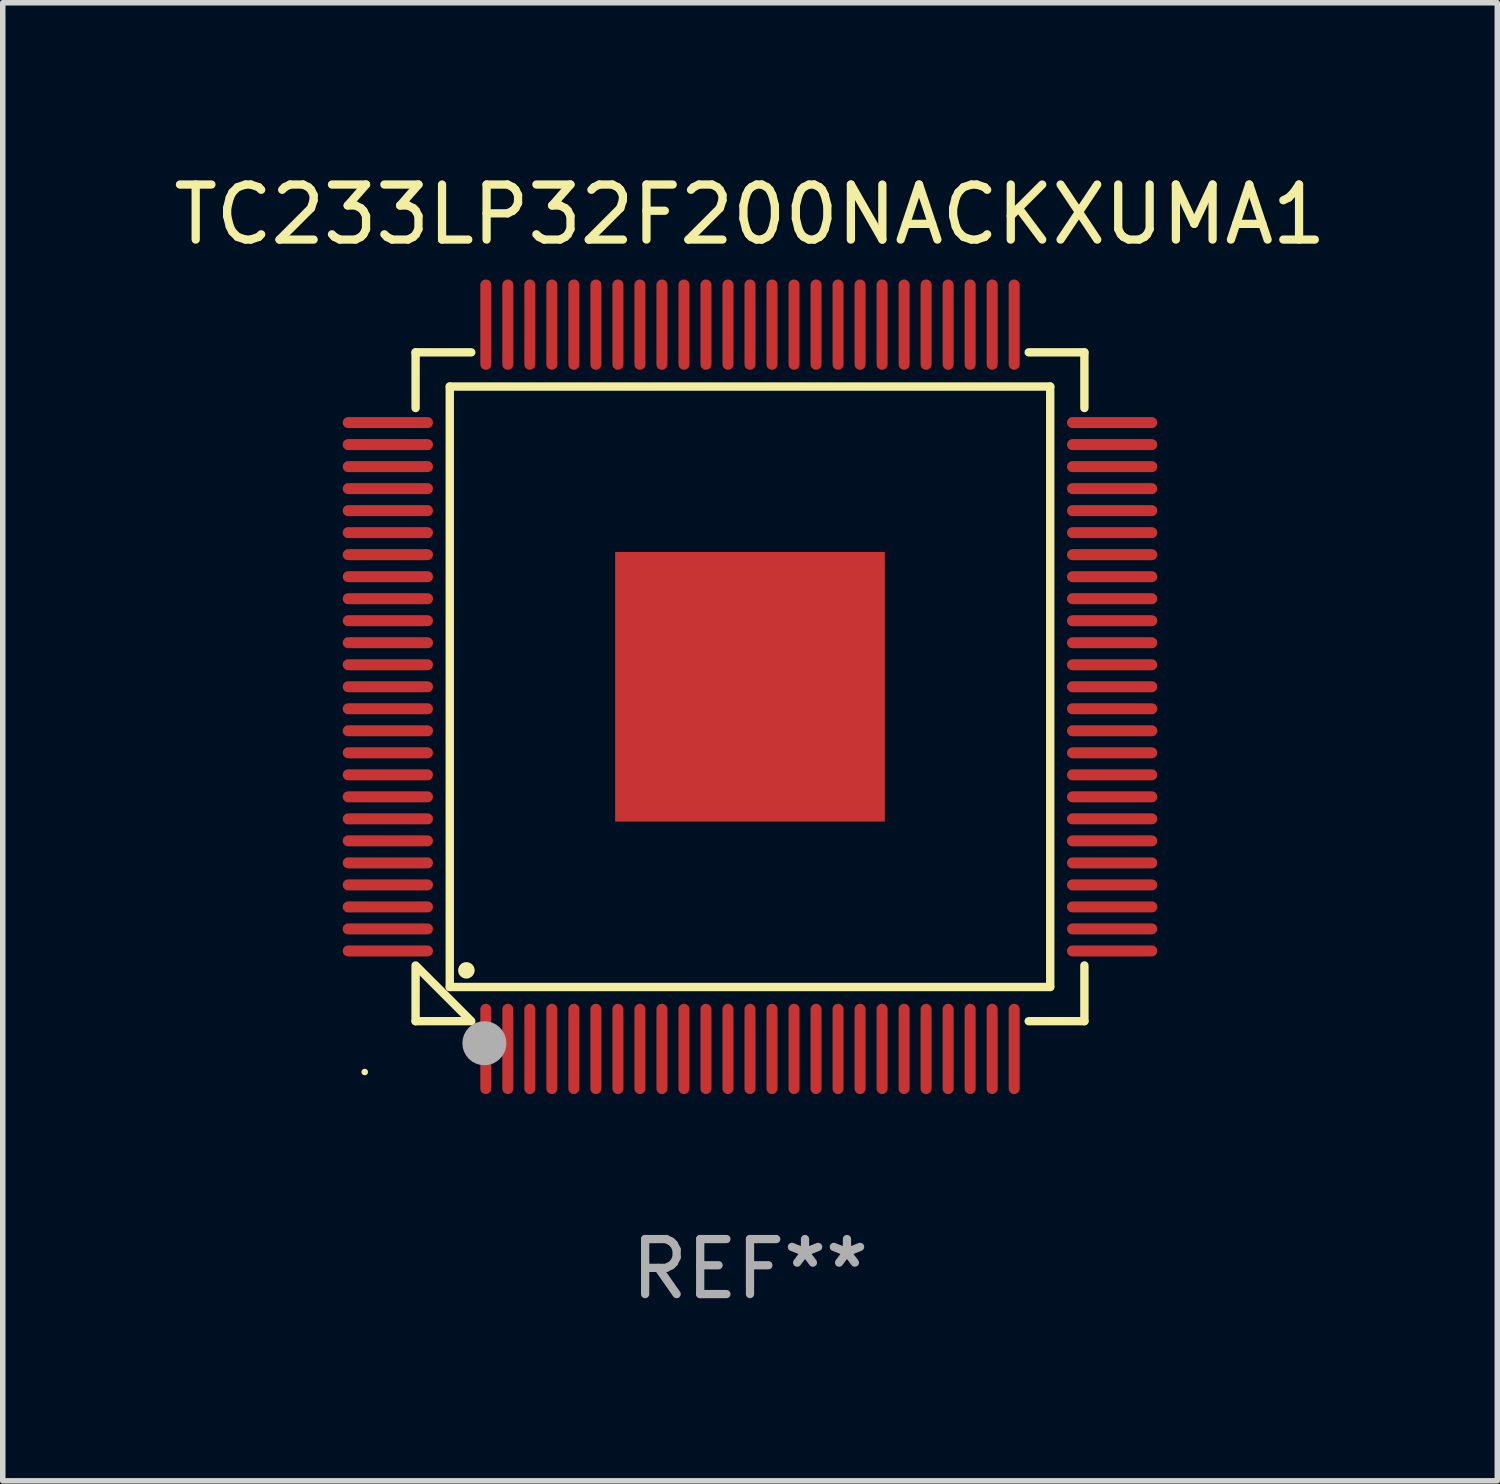
<source format=kicad_pcb>
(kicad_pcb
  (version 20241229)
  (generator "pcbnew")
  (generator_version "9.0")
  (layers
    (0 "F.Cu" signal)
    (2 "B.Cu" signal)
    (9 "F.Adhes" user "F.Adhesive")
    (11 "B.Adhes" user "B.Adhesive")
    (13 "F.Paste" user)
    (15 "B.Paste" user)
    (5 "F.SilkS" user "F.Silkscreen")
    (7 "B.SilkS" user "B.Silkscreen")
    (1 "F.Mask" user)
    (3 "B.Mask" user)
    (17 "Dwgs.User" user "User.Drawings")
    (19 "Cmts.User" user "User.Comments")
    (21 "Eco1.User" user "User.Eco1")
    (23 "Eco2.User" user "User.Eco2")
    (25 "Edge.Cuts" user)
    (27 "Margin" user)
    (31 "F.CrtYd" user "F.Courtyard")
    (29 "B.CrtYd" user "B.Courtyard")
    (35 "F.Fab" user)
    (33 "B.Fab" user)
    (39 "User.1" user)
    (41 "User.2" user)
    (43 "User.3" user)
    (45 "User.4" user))
  (footprint "TC233LP32F200NACKXUMA1"
    (layer "F.Cu")
    (at 10.577 9.428)
    (property "Reference" "TC233LP32F200NACKXUMA1" (at 0 -8.58 0) (layer "F.SilkS") (effects (font (size 1 1) (thickness 0.15))))
    (attr through_hole)
    (fp_line (start -6.076 -6.076) (end -6.076 -5.064) (stroke (width 0.152) (type solid)) (layer "F.SilkS"))
    (fp_line (start -6.076 6.076) (end -6.076 5.064) (stroke (width 0.152) (type solid)) (layer "F.SilkS"))
    (fp_line (start -6.049 5.091) (end -5.091 6.049) (stroke (width 0.152) (type solid)) (layer "F.SilkS"))
    (fp_line (start -5.455 -5.455) (end 5.455 -5.455) (stroke (width 0.152) (type solid)) (layer "F.SilkS"))
    (fp_line (start -5.455 5.455) (end -5.455 -5.455) (stroke (width 0.152) (type solid)) (layer "F.SilkS"))
    (fp_line (start -5.064 -6.076) (end -6.076 -6.076) (stroke (width 0.152) (type solid)) (layer "F.SilkS"))
    (fp_line (start -5.064 6.076) (end -6.076 6.076) (stroke (width 0.152) (type solid)) (layer "F.SilkS"))
    (fp_line (start 5.064 -6.076) (end 6.076 -6.076) (stroke (width 0.152) (type solid)) (layer "F.SilkS"))
    (fp_line (start 5.064 6.076) (end 6.076 6.076) (stroke (width 0.152) (type solid)) (layer "F.SilkS"))
    (fp_line (start 5.455 -5.455) (end 5.455 5.455) (stroke (width 0.152) (type solid)) (layer "F.SilkS"))
    (fp_line (start 5.455 5.455) (end -5.455 5.455) (stroke (width 0.152) (type solid)) (layer "F.SilkS"))
    (fp_line (start 6.076 -6.076) (end 6.076 -5.064) (stroke (width 0.152) (type solid)) (layer "F.SilkS"))
    (fp_line (start 6.076 6.076) (end 6.076 5.064) (stroke (width 0.152) (type solid)) (layer "F.SilkS"))
    (fp_circle (center -7 7) (end -6.97 7) (stroke (width 0.06) (type solid)) (fill no) (layer "F.SilkS"))
    (fp_circle (center -5.153 5.153) (end -5.078 5.153) (stroke (width 0.15) (type solid)) (fill no) (layer "F.SilkS"))
    (fp_circle (center -4.826 6.477) (end -4.626 6.477) (stroke (width 0.4) (type solid)) (fill no) (layer "F.Fab"))
    (fp_text user "REF**" (at 0 10.58 0) (layer "F.Fab") (effects (font (size 1 1) (thickness 0.15))))
    (pad "1" smd oval (at -4.8 6.58) (size 0.2 1.64) (layers "F.Cu" "F.Mask" "F.Paste"))
    (pad "2" smd oval (at -4.4 6.58) (size 0.2 1.64) (layers "F.Cu" "F.Mask" "F.Paste"))
    (pad "3" smd oval (at -4 6.58) (size 0.2 1.64) (layers "F.Cu" "F.Mask" "F.Paste"))
    (pad "4" smd oval (at -3.6 6.58) (size 0.2 1.64) (layers "F.Cu" "F.Mask" "F.Paste"))
    (pad "5" smd oval (at -3.2 6.58) (size 0.2 1.64) (layers "F.Cu" "F.Mask" "F.Paste"))
    (pad "6" smd oval (at -2.8 6.58) (size 0.2 1.64) (layers "F.Cu" "F.Mask" "F.Paste"))
    (pad "7" smd oval (at -2.4 6.58) (size 0.2 1.64) (layers "F.Cu" "F.Mask" "F.Paste"))
    (pad "8" smd oval (at -2 6.58) (size 0.2 1.64) (layers "F.Cu" "F.Mask" "F.Paste"))
    (pad "9" smd oval (at -1.6 6.58) (size 0.2 1.64) (layers "F.Cu" "F.Mask" "F.Paste"))
    (pad "10" smd oval (at -1.2 6.58) (size 0.2 1.64) (layers "F.Cu" "F.Mask" "F.Paste"))
    (pad "11" smd oval (at -0.8 6.58) (size 0.2 1.64) (layers "F.Cu" "F.Mask" "F.Paste"))
    (pad "12" smd oval (at -0.4 6.58) (size 0.2 1.64) (layers "F.Cu" "F.Mask" "F.Paste"))
    (pad "13" smd oval (at 0 6.58) (size 0.2 1.64) (layers "F.Cu" "F.Mask" "F.Paste"))
    (pad "14" smd oval (at 0.4 6.58) (size 0.2 1.64) (layers "F.Cu" "F.Mask" "F.Paste"))
    (pad "15" smd oval (at 0.8 6.58) (size 0.2 1.64) (layers "F.Cu" "F.Mask" "F.Paste"))
    (pad "16" smd oval (at 1.2 6.58) (size 0.2 1.64) (layers "F.Cu" "F.Mask" "F.Paste"))
    (pad "17" smd oval (at 1.6 6.58) (size 0.2 1.64) (layers "F.Cu" "F.Mask" "F.Paste"))
    (pad "18" smd oval (at 2 6.58) (size 0.2 1.64) (layers "F.Cu" "F.Mask" "F.Paste"))
    (pad "19" smd oval (at 2.4 6.58) (size 0.2 1.64) (layers "F.Cu" "F.Mask" "F.Paste"))
    (pad "20" smd oval (at 2.8 6.58) (size 0.2 1.64) (layers "F.Cu" "F.Mask" "F.Paste"))
    (pad "21" smd oval (at 3.2 6.58) (size 0.2 1.64) (layers "F.Cu" "F.Mask" "F.Paste"))
    (pad "22" smd oval (at 3.6 6.58) (size 0.2 1.64) (layers "F.Cu" "F.Mask" "F.Paste"))
    (pad "23" smd oval (at 4 6.58) (size 0.2 1.64) (layers "F.Cu" "F.Mask" "F.Paste"))
    (pad "24" smd oval (at 4.4 6.58) (size 0.2 1.64) (layers "F.Cu" "F.Mask" "F.Paste"))
    (pad "25" smd oval (at 4.8 6.58) (size 0.2 1.64) (layers "F.Cu" "F.Mask" "F.Paste"))
    (pad "26" smd oval (at 6.58 4.8) (size 1.64 0.2) (layers "F.Cu" "F.Mask" "F.Paste"))
    (pad "27" smd oval (at 6.58 4.4) (size 1.64 0.2) (layers "F.Cu" "F.Mask" "F.Paste"))
    (pad "28" smd oval (at 6.58 4) (size 1.64 0.2) (layers "F.Cu" "F.Mask" "F.Paste"))
    (pad "29" smd oval (at 6.58 3.6) (size 1.64 0.2) (layers "F.Cu" "F.Mask" "F.Paste"))
    (pad "30" smd oval (at 6.58 3.2) (size 1.64 0.2) (layers "F.Cu" "F.Mask" "F.Paste"))
    (pad "31" smd oval (at 6.58 2.8) (size 1.64 0.2) (layers "F.Cu" "F.Mask" "F.Paste"))
    (pad "32" smd oval (at 6.58 2.4) (size 1.64 0.2) (layers "F.Cu" "F.Mask" "F.Paste"))
    (pad "33" smd oval (at 6.58 2) (size 1.64 0.2) (layers "F.Cu" "F.Mask" "F.Paste"))
    (pad "34" smd oval (at 6.58 1.6) (size 1.64 0.2) (layers "F.Cu" "F.Mask" "F.Paste"))
    (pad "35" smd oval (at 6.58 1.2) (size 1.64 0.2) (layers "F.Cu" "F.Mask" "F.Paste"))
    (pad "36" smd oval (at 6.58 0.8) (size 1.64 0.2) (layers "F.Cu" "F.Mask" "F.Paste"))
    (pad "37" smd oval (at 6.58 0.4) (size 1.64 0.2) (layers "F.Cu" "F.Mask" "F.Paste"))
    (pad "38" smd oval (at 6.58 0) (size 1.64 0.2) (layers "F.Cu" "F.Mask" "F.Paste"))
    (pad "39" smd oval (at 6.58 -0.4) (size 1.64 0.2) (layers "F.Cu" "F.Mask" "F.Paste"))
    (pad "40" smd oval (at 6.58 -0.8) (size 1.64 0.2) (layers "F.Cu" "F.Mask" "F.Paste"))
    (pad "41" smd oval (at 6.58 -1.2) (size 1.64 0.2) (layers "F.Cu" "F.Mask" "F.Paste"))
    (pad "42" smd oval (at 6.58 -1.6) (size 1.64 0.2) (layers "F.Cu" "F.Mask" "F.Paste"))
    (pad "43" smd oval (at 6.58 -2) (size 1.64 0.2) (layers "F.Cu" "F.Mask" "F.Paste"))
    (pad "44" smd oval (at 6.58 -2.4) (size 1.64 0.2) (layers "F.Cu" "F.Mask" "F.Paste"))
    (pad "45" smd oval (at 6.58 -2.8) (size 1.64 0.2) (layers "F.Cu" "F.Mask" "F.Paste"))
    (pad "46" smd oval (at 6.58 -3.2) (size 1.64 0.2) (layers "F.Cu" "F.Mask" "F.Paste"))
    (pad "47" smd oval (at 6.58 -3.6) (size 1.64 0.2) (layers "F.Cu" "F.Mask" "F.Paste"))
    (pad "48" smd oval (at 6.58 -4) (size 1.64 0.2) (layers "F.Cu" "F.Mask" "F.Paste"))
    (pad "49" smd oval (at 6.58 -4.4) (size 1.64 0.2) (layers "F.Cu" "F.Mask" "F.Paste"))
    (pad "50" smd oval (at 6.58 -4.8) (size 1.64 0.2) (layers "F.Cu" "F.Mask" "F.Paste"))
    (pad "51" smd oval (at 4.8 -6.58) (size 0.2 1.64) (layers "F.Cu" "F.Mask" "F.Paste"))
    (pad "52" smd oval (at 4.4 -6.58) (size 0.2 1.64) (layers "F.Cu" "F.Mask" "F.Paste"))
    (pad "53" smd oval (at 4 -6.58) (size 0.2 1.64) (layers "F.Cu" "F.Mask" "F.Paste"))
    (pad "54" smd oval (at 3.6 -6.58) (size 0.2 1.64) (layers "F.Cu" "F.Mask" "F.Paste"))
    (pad "55" smd oval (at 3.2 -6.58) (size 0.2 1.64) (layers "F.Cu" "F.Mask" "F.Paste"))
    (pad "56" smd oval (at 2.8 -6.58) (size 0.2 1.64) (layers "F.Cu" "F.Mask" "F.Paste"))
    (pad "57" smd oval (at 2.4 -6.58) (size 0.2 1.64) (layers "F.Cu" "F.Mask" "F.Paste"))
    (pad "58" smd oval (at 2 -6.58) (size 0.2 1.64) (layers "F.Cu" "F.Mask" "F.Paste"))
    (pad "59" smd oval (at 1.6 -6.58) (size 0.2 1.64) (layers "F.Cu" "F.Mask" "F.Paste"))
    (pad "60" smd oval (at 1.2 -6.58) (size 0.2 1.64) (layers "F.Cu" "F.Mask" "F.Paste"))
    (pad "61" smd oval (at 0.8 -6.58) (size 0.2 1.64) (layers "F.Cu" "F.Mask" "F.Paste"))
    (pad "62" smd oval (at 0.4 -6.58) (size 0.2 1.64) (layers "F.Cu" "F.Mask" "F.Paste"))
    (pad "63" smd oval (at 0 -6.58) (size 0.2 1.64) (layers "F.Cu" "F.Mask" "F.Paste"))
    (pad "64" smd oval (at -0.4 -6.58) (size 0.2 1.64) (layers "F.Cu" "F.Mask" "F.Paste"))
    (pad "65" smd oval (at -0.8 -6.58) (size 0.2 1.64) (layers "F.Cu" "F.Mask" "F.Paste"))
    (pad "66" smd oval (at -1.2 -6.58) (size 0.2 1.64) (layers "F.Cu" "F.Mask" "F.Paste"))
    (pad "67" smd oval (at -1.6 -6.58) (size 0.2 1.64) (layers "F.Cu" "F.Mask" "F.Paste"))
    (pad "68" smd oval (at -2 -6.58) (size 0.2 1.64) (layers "F.Cu" "F.Mask" "F.Paste"))
    (pad "69" smd oval (at -2.4 -6.58) (size 0.2 1.64) (layers "F.Cu" "F.Mask" "F.Paste"))
    (pad "70" smd oval (at -2.8 -6.58) (size 0.2 1.64) (layers "F.Cu" "F.Mask" "F.Paste"))
    (pad "71" smd oval (at -3.2 -6.58) (size 0.2 1.64) (layers "F.Cu" "F.Mask" "F.Paste"))
    (pad "72" smd oval (at -3.6 -6.58) (size 0.2 1.64) (layers "F.Cu" "F.Mask" "F.Paste"))
    (pad "73" smd oval (at -4 -6.58) (size 0.2 1.64) (layers "F.Cu" "F.Mask" "F.Paste"))
    (pad "74" smd oval (at -4.4 -6.58) (size 0.2 1.64) (layers "F.Cu" "F.Mask" "F.Paste"))
    (pad "75" smd oval (at -4.8 -6.58) (size 0.2 1.64) (layers "F.Cu" "F.Mask" "F.Paste"))
    (pad "76" smd oval (at -6.58 -4.8) (size 1.64 0.2) (layers "F.Cu" "F.Mask" "F.Paste"))
    (pad "77" smd oval (at -6.58 -4.4) (size 1.64 0.2) (layers "F.Cu" "F.Mask" "F.Paste"))
    (pad "78" smd oval (at -6.58 -4) (size 1.64 0.2) (layers "F.Cu" "F.Mask" "F.Paste"))
    (pad "79" smd oval (at -6.58 -3.6) (size 1.64 0.2) (layers "F.Cu" "F.Mask" "F.Paste"))
    (pad "80" smd oval (at -6.58 -3.2) (size 1.64 0.2) (layers "F.Cu" "F.Mask" "F.Paste"))
    (pad "81" smd oval (at -6.58 -2.8) (size 1.64 0.2) (layers "F.Cu" "F.Mask" "F.Paste"))
    (pad "82" smd oval (at -6.58 -2.4) (size 1.64 0.2) (layers "F.Cu" "F.Mask" "F.Paste"))
    (pad "83" smd oval (at -6.58 -2) (size 1.64 0.2) (layers "F.Cu" "F.Mask" "F.Paste"))
    (pad "84" smd oval (at -6.58 -1.6) (size 1.64 0.2) (layers "F.Cu" "F.Mask" "F.Paste"))
    (pad "85" smd oval (at -6.58 -1.2) (size 1.64 0.2) (layers "F.Cu" "F.Mask" "F.Paste"))
    (pad "86" smd oval (at -6.58 -0.8) (size 1.64 0.2) (layers "F.Cu" "F.Mask" "F.Paste"))
    (pad "87" smd oval (at -6.58 -0.4) (size 1.64 0.2) (layers "F.Cu" "F.Mask" "F.Paste"))
    (pad "88" smd oval (at -6.58 0) (size 1.64 0.2) (layers "F.Cu" "F.Mask" "F.Paste"))
    (pad "89" smd oval (at -6.58 0.4) (size 1.64 0.2) (layers "F.Cu" "F.Mask" "F.Paste"))
    (pad "90" smd oval (at -6.58 0.8) (size 1.64 0.2) (layers "F.Cu" "F.Mask" "F.Paste"))
    (pad "91" smd oval (at -6.58 1.2) (size 1.64 0.2) (layers "F.Cu" "F.Mask" "F.Paste"))
    (pad "92" smd oval (at -6.58 1.6) (size 1.64 0.2) (layers "F.Cu" "F.Mask" "F.Paste"))
    (pad "93" smd oval (at -6.58 2) (size 1.64 0.2) (layers "F.Cu" "F.Mask" "F.Paste"))
    (pad "94" smd oval (at -6.58 2.4) (size 1.64 0.2) (layers "F.Cu" "F.Mask" "F.Paste"))
    (pad "95" smd oval (at -6.58 2.8) (size 1.64 0.2) (layers "F.Cu" "F.Mask" "F.Paste"))
    (pad "96" smd oval (at -6.58 3.2) (size 1.64 0.2) (layers "F.Cu" "F.Mask" "F.Paste"))
    (pad "97" smd oval (at -6.58 3.6) (size 1.64 0.2) (layers "F.Cu" "F.Mask" "F.Paste"))
    (pad "98" smd oval (at -6.58 4) (size 1.64 0.2) (layers "F.Cu" "F.Mask" "F.Paste"))
    (pad "99" smd oval (at -6.58 4.4) (size 1.64 0.2) (layers "F.Cu" "F.Mask" "F.Paste"))
    (pad "100" smd oval (at -6.58 4.8) (size 1.64 0.2) (layers "F.Cu" "F.Mask" "F.Paste"))
    (pad "101" smd rect (at 0 0) (size 4.9 4.9) (layers "F.Cu" "F.Mask" "F.Paste")))
  (gr_rect
    (start -3 -3)
    (end 24.155 23.856)
    (stroke (width 0.1) (type default))
    (fill no)
    (layer "Edge.Cuts")))
</source>
